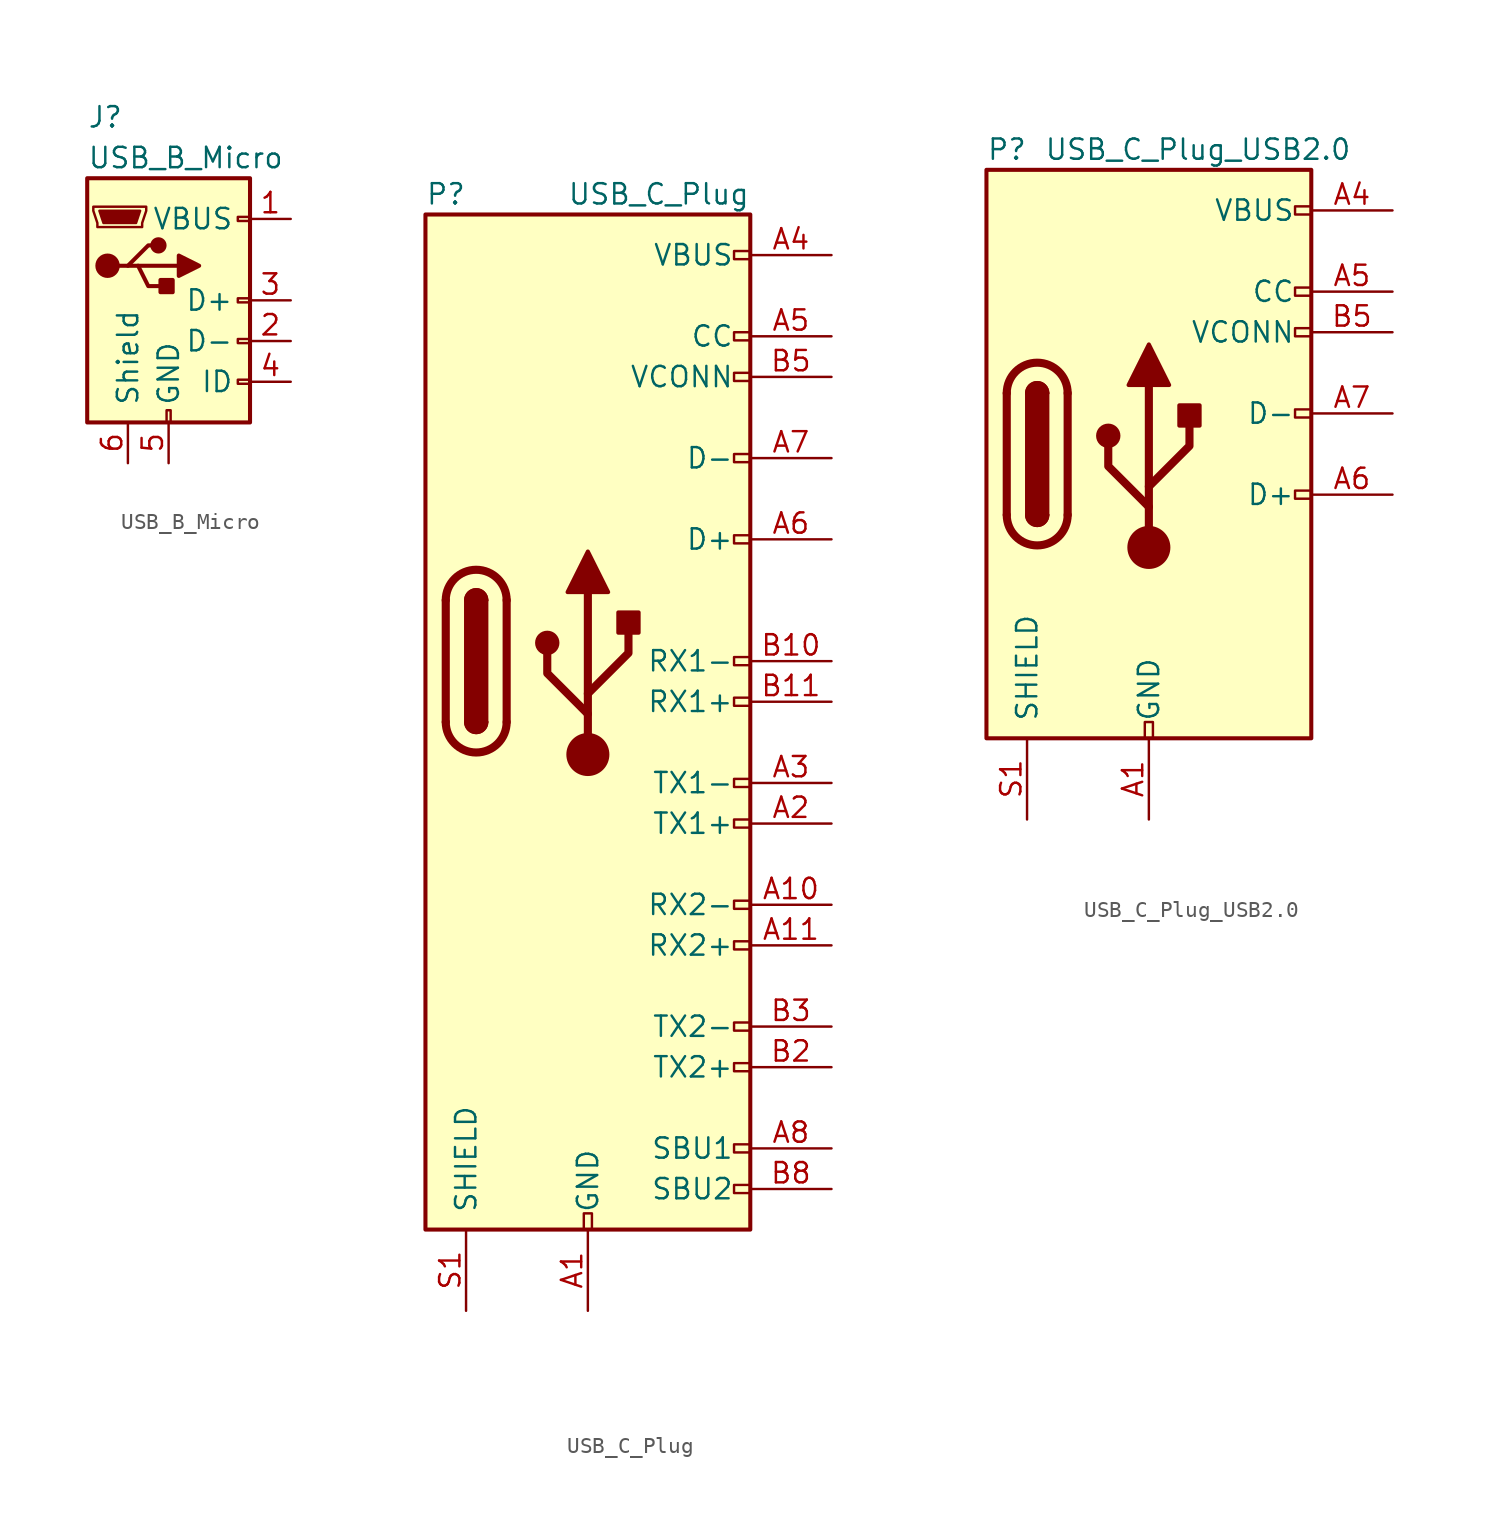
<source format=kicad_sym>
(kicad_symbol_lib
  (version 20201005)
  (generator kicad_symbol_editor)
  (symbol "USB_B_Micro"
    (pin_names
      (offset 1.016))
    (property "Reference" "J"
      (at -5.08 11.43 0)
      (effects (font (size 1.27 1.27)) (justify left)))
    (property "Value" "USB_B_Micro"
      (at -5.08 8.89 0)
      (effects (font (size 1.27 1.27)) (justify left)))
    (symbol "USB_B_Micro_0_1"
      (circle (center -3.81 2.159) (radius 0.635) (stroke (width 0.254)) (fill (type outline)))
      (circle (center -0.635 3.429) (radius 0.381) (stroke (width 0.254)) (fill (type outline)))
      (rectangle (start -5.08 -7.62) (end 5.08 7.62) (stroke (width 0.254)) (fill (type background)))
      (rectangle (start -0.127 -7.62) (end 0.127 -6.858) (stroke (width 0)) (fill (type none)))
      (rectangle (start 0.254 1.27) (end -0.508 0.508) (stroke (width 0.254)) (fill (type outline)))
      (rectangle (start 5.08 -5.207) (end 4.318 -4.953) (stroke (width 0)) (fill (type none)))
      (rectangle (start 5.08 -2.667) (end 4.318 -2.413) (stroke (width 0)) (fill (type none)))
      (rectangle (start 5.08 -0.127) (end 4.318 0.127) (stroke (width 0)) (fill (type none)))
      (rectangle (start 5.08 4.953) (end 4.318 5.207) (stroke (width 0)) (fill (type none)))
      (polyline (pts (xy -1.905 2.159) (xy 0.635 2.159)) (stroke (width 0.254)) (fill (type none)))
      (polyline (pts (xy -3.175 2.159) (xy -2.54 2.159) (xy -1.27 3.429) (xy -0.635 3.429)) (stroke (width 0.254)) (fill (type none)))
      (polyline (pts (xy -2.54 2.159) (xy -1.905 2.159) (xy -1.27 0.889) (xy 0 0.889)) (stroke (width 0.254)) (fill (type none)))
      (polyline (pts (xy 0.635 2.794) (xy 0.635 1.524) (xy 1.905 2.159) (xy 0.635 2.794)) (stroke (width 0.254)) (fill (type outline)))
      (polyline (pts (xy -4.318 5.588) (xy -1.778 5.588) (xy -2.032 4.826) (xy -4.064 4.826) (xy -4.318 5.588)) (stroke (width 0)) (fill (type outline)))
      (polyline (pts (xy -4.699 5.842) (xy -4.699 5.588) (xy -4.445 4.826) (xy -4.445 4.572) (xy -1.651 4.572) (xy -1.651 4.826) (xy -1.397 5.588) (xy -1.397 5.842) (xy -4.699 5.842)) (stroke (width 0)) (fill (type none))))
    (symbol "USB_B_Micro_1_1"
      (pin power_out line (at 7.62 5.08 180) (length 2.54) (name "VBUS" (effects (font (size 1.27 1.27)))) (number "1" (effects (font (size 1.27 1.27)))))
      (pin bidirectional line (at 7.62 -2.54 180) (length 2.54) (name "D-" (effects (font (size 1.27 1.27)))) (number "2" (effects (font (size 1.27 1.27)))))
      (pin bidirectional line (at 7.62 0 180) (length 2.54) (name "D+" (effects (font (size 1.27 1.27)))) (number "3" (effects (font (size 1.27 1.27)))))
      (pin passive line (at 7.62 -5.08 180) (length 2.54) (name "ID" (effects (font (size 1.27 1.27)))) (number "4" (effects (font (size 1.27 1.27)))))
      (pin power_out line (at 0 -10.16 90) (length 2.54) (name "GND" (effects (font (size 1.27 1.27)))) (number "5" (effects (font (size 1.27 1.27)))))
      (pin passive line (at -2.54 -10.16 90) (length 2.54) (name "Shield" (effects (font (size 1.27 1.27)))) (number "6" (effects (font (size 1.27 1.27)))))))
  (symbol "USB_C_Plug"
    (pin_names
      (offset 1.016))
    (property "Reference" "P"
      (at -10.16 29.21 0)
      (effects (font (size 1.27 1.27)) (justify left)))
    (property "Value" "USB_C_Plug"
      (at 10.16 29.21 0)
      (effects (font (size 1.27 1.27)) (justify right)))
    (symbol "USB_C_Plug_0_0"
      (rectangle (start -0.254 -35.56) (end 0.254 -34.544) (stroke (width 0)) (fill (type none)))
      (rectangle (start 10.16 -32.766) (end 9.144 -33.274) (stroke (width 0)) (fill (type none)))
      (rectangle (start 10.16 -30.226) (end 9.144 -30.734) (stroke (width 0)) (fill (type none)))
      (rectangle (start 10.16 -25.146) (end 9.144 -25.654) (stroke (width 0)) (fill (type none)))
      (rectangle (start 10.16 -22.606) (end 9.144 -23.114) (stroke (width 0)) (fill (type none)))
      (rectangle (start 10.16 -17.526) (end 9.144 -18.034) (stroke (width 0)) (fill (type none)))
      (rectangle (start 10.16 -14.986) (end 9.144 -15.494) (stroke (width 0)) (fill (type none)))
      (rectangle (start 10.16 -9.906) (end 9.144 -10.414) (stroke (width 0)) (fill (type none)))
      (rectangle (start 10.16 -7.366) (end 9.144 -7.874) (stroke (width 0)) (fill (type none)))
      (rectangle (start 10.16 -2.286) (end 9.144 -2.794) (stroke (width 0)) (fill (type none)))
      (rectangle (start 10.16 0.254) (end 9.144 -0.254) (stroke (width 0)) (fill (type none)))
      (rectangle (start 10.16 7.874) (end 9.144 7.366) (stroke (width 0)) (fill (type none)))
      (rectangle (start 10.16 12.954) (end 9.144 12.446) (stroke (width 0)) (fill (type none)))
      (rectangle (start 10.16 18.034) (end 9.144 17.526) (stroke (width 0)) (fill (type none)))
      (rectangle (start 10.16 20.574) (end 9.144 20.066) (stroke (width 0)) (fill (type none)))
      (rectangle (start 10.16 25.654) (end 9.144 25.146) (stroke (width 0)) (fill (type none))))
    (symbol "USB_C_Plug_0_1"
      (arc (start -7.62 -3.81) (end -6.35 -3.81) (radius (at -6.985 -3.81) (length 0.635) (angles -179.9 -0.1)) (stroke (width 0.254)) (fill (type outline)))
      (arc (start -8.89 -3.81) (end -5.08 -3.81) (radius (at -6.985 -3.81) (length 1.905) (angles -179.9 -0.1)) (stroke (width 0.508)) (fill (type none)))
      (arc (start -7.62 -3.81) (end -6.35 -3.81) (radius (at -6.985 -3.81) (length 0.635) (angles -179.9 -0.1)) (stroke (width 0.254)) (fill (type none)))
      (arc (start -5.08 3.81) (end -8.89 3.81) (radius (at -6.985 3.81) (length 1.905) (angles 0.1 179.9)) (stroke (width 0.508)) (fill (type none)))
      (arc (start -6.35 3.81) (end -7.62 3.81) (radius (at -6.985 3.81) (length 0.635) (angles 0.1 179.9)) (stroke (width 0.254)) (fill (type outline)))
      (arc (start -6.35 3.81) (end -7.62 3.81) (radius (at -6.985 3.81) (length 0.635) (angles 0.1 179.9)) (stroke (width 0.254)) (fill (type none)))
      (rectangle (start -10.16 27.94) (end 10.16 -35.56) (stroke (width 0.254)) (fill (type background)))
      (rectangle (start -7.62 -3.81) (end -6.35 3.81) (stroke (width 0.254)) (fill (type outline)))
      (polyline (pts (xy -8.89 -3.81) (xy -8.89 3.81)) (stroke (width 0.508)) (fill (type none)))
      (polyline (pts (xy -5.08 3.81) (xy -5.08 -3.81)) (stroke (width 0.508)) (fill (type none))))
    (symbol "USB_C_Plug_1_1"
      (circle (center -2.54 1.143) (radius 0.635) (stroke (width 0.254)) (fill (type outline)))
      (circle (center 0 -5.842) (radius 1.27) (stroke (width 0)) (fill (type outline)))
      (rectangle (start 1.905 1.778) (end 3.175 3.048) (stroke (width 0.254)) (fill (type outline)))
      (polyline (pts (xy 0 -5.842) (xy 0 4.318)) (stroke (width 0.508)) (fill (type none)))
      (polyline (pts (xy 0 -3.302) (xy -2.54 -0.762) (xy -2.54 0.508)) (stroke (width 0.508)) (fill (type none)))
      (polyline (pts (xy 0 -2.032) (xy 2.54 0.508) (xy 2.54 1.778)) (stroke (width 0.508)) (fill (type none)))
      (polyline (pts (xy -1.27 4.318) (xy 0 6.858) (xy 1.27 4.318) (xy -1.27 4.318)) (stroke (width 0.254)) (fill (type outline)))
      (pin passive line (at 0 -40.64 90) (length 5.08) (name "GND" (effects (font (size 1.27 1.27)))) (number "A1" (effects (font (size 1.27 1.27)))))
      (pin bidirectional line (at 15.24 -15.24 180) (length 5.08) (name "RX2-" (effects (font (size 1.27 1.27)))) (number "A10" (effects (font (size 1.27 1.27)))))
      (pin bidirectional line (at 15.24 -17.78 180) (length 5.08) (name "RX2+" (effects (font (size 1.27 1.27)))) (number "A11" (effects (font (size 1.27 1.27)))))
      (pin passive line (at 0 -40.64 90) (length 5.08) hide (name "GND" (effects (font (size 1.27 1.27)))) (number "A12" (effects (font (size 1.27 1.27)))))
      (pin bidirectional line (at 15.24 -10.16 180) (length 5.08) (name "TX1+" (effects (font (size 1.27 1.27)))) (number "A2" (effects (font (size 1.27 1.27)))))
      (pin bidirectional line (at 15.24 -7.62 180) (length 5.08) (name "TX1-" (effects (font (size 1.27 1.27)))) (number "A3" (effects (font (size 1.27 1.27)))))
      (pin passive line (at 15.24 25.4 180) (length 5.08) (name "VBUS" (effects (font (size 1.27 1.27)))) (number "A4" (effects (font (size 1.27 1.27)))))
      (pin bidirectional line (at 15.24 20.32 180) (length 5.08) (name "CC" (effects (font (size 1.27 1.27)))) (number "A5" (effects (font (size 1.27 1.27)))))
      (pin bidirectional line (at 15.24 7.62 180) (length 5.08) (name "D+" (effects (font (size 1.27 1.27)))) (number "A6" (effects (font (size 1.27 1.27)))))
      (pin bidirectional line (at 15.24 12.7 180) (length 5.08) (name "D-" (effects (font (size 1.27 1.27)))) (number "A7" (effects (font (size 1.27 1.27)))))
      (pin bidirectional line (at 15.24 -30.48 180) (length 5.08) (name "SBU1" (effects (font (size 1.27 1.27)))) (number "A8" (effects (font (size 1.27 1.27)))))
      (pin passive line (at 15.24 25.4 180) (length 5.08) hide (name "VBUS" (effects (font (size 1.27 1.27)))) (number "A9" (effects (font (size 1.27 1.27)))))
      (pin passive line (at 0 -40.64 90) (length 5.08) hide (name "GND" (effects (font (size 1.27 1.27)))) (number "B1" (effects (font (size 1.27 1.27)))))
      (pin bidirectional line (at 15.24 0 180) (length 5.08) (name "RX1-" (effects (font (size 1.27 1.27)))) (number "B10" (effects (font (size 1.27 1.27)))))
      (pin bidirectional line (at 15.24 -2.54 180) (length 5.08) (name "RX1+" (effects (font (size 1.27 1.27)))) (number "B11" (effects (font (size 1.27 1.27)))))
      (pin passive line (at 0 -40.64 90) (length 5.08) hide (name "GND" (effects (font (size 1.27 1.27)))) (number "B12" (effects (font (size 1.27 1.27)))))
      (pin bidirectional line (at 15.24 -25.4 180) (length 5.08) (name "TX2+" (effects (font (size 1.27 1.27)))) (number "B2" (effects (font (size 1.27 1.27)))))
      (pin bidirectional line (at 15.24 -22.86 180) (length 5.08) (name "TX2-" (effects (font (size 1.27 1.27)))) (number "B3" (effects (font (size 1.27 1.27)))))
      (pin passive line (at 15.24 25.4 180) (length 5.08) hide (name "VBUS" (effects (font (size 1.27 1.27)))) (number "B4" (effects (font (size 1.27 1.27)))))
      (pin bidirectional line (at 15.24 17.78 180) (length 5.08) (name "VCONN" (effects (font (size 1.27 1.27)))) (number "B5" (effects (font (size 1.27 1.27)))))
      (pin bidirectional line (at 15.24 -33.02 180) (length 5.08) (name "SBU2" (effects (font (size 1.27 1.27)))) (number "B8" (effects (font (size 1.27 1.27)))))
      (pin passive line (at 15.24 25.4 180) (length 5.08) hide (name "VBUS" (effects (font (size 1.27 1.27)))) (number "B9" (effects (font (size 1.27 1.27)))))
      (pin passive line (at -7.62 -40.64 90) (length 5.08) (name "SHIELD" (effects (font (size 1.27 1.27)))) (number "S1" (effects (font (size 1.27 1.27)))))))
  (symbol "USB_C_Plug_USB2.0"
    (pin_names
      (offset 1.016))
    (property "Reference" "P"
      (at -10.16 19.05 0)
      (effects (font (size 1.27 1.27)) (justify left)))
    (property "Value" "USB_C_Plug_USB2.0"
      (at 12.7 19.05 0)
      (effects (font (size 1.27 1.27)) (justify right)))
    (symbol "USB_C_Plug_USB2.0_0_0"
      (rectangle (start -0.254 -17.78) (end 0.254 -16.764) (stroke (width 0)) (fill (type none)))
      (rectangle (start 10.16 -2.286) (end 9.144 -2.794) (stroke (width 0)) (fill (type none)))
      (rectangle (start 10.16 2.794) (end 9.144 2.286) (stroke (width 0)) (fill (type none)))
      (rectangle (start 10.16 7.874) (end 9.144 7.366) (stroke (width 0)) (fill (type none)))
      (rectangle (start 10.16 10.414) (end 9.144 9.906) (stroke (width 0)) (fill (type none)))
      (rectangle (start 10.16 15.494) (end 9.144 14.986) (stroke (width 0)) (fill (type none))))
    (symbol "USB_C_Plug_USB2.0_0_1"
      (arc (start -8.89 -3.81) (end -5.08 -3.81) (radius (at -6.985 -3.81) (length 1.905) (angles -179.9 -0.1)) (stroke (width 0.508)) (fill (type none)))
      (arc (start -7.62 -3.81) (end -6.35 -3.81) (radius (at -6.985 -3.81) (length 0.635) (angles -179.9 -0.1)) (stroke (width 0.254)) (fill (type none)))
      (arc (start -7.62 -3.81) (end -6.35 -3.81) (radius (at -6.985 -3.81) (length 0.635) (angles -179.9 -0.1)) (stroke (width 0.254)) (fill (type outline)))
      (arc (start -6.35 3.81) (end -7.62 3.81) (radius (at -6.985 3.81) (length 0.635) (angles 0.1 179.9)) (stroke (width 0.254)) (fill (type outline)))
      (arc (start -6.35 3.81) (end -7.62 3.81) (radius (at -6.985 3.81) (length 0.635) (angles 0.1 179.9)) (stroke (width 0.254)) (fill (type none)))
      (arc (start -5.08 3.81) (end -8.89 3.81) (radius (at -6.985 3.81) (length 1.905) (angles 0.1 179.9)) (stroke (width 0.508)) (fill (type none)))
      (circle (center -2.54 1.143) (radius 0.635) (stroke (width 0.254)) (fill (type outline)))
      (circle (center 0 -5.842) (radius 1.27) (stroke (width 0)) (fill (type outline)))
      (rectangle (start -10.16 17.78) (end 10.16 -17.78) (stroke (width 0.254)) (fill (type background)))
      (rectangle (start -7.62 -3.81) (end -6.35 3.81) (stroke (width 0.254)) (fill (type outline)))
      (rectangle (start 1.905 1.778) (end 3.175 3.048) (stroke (width 0.254)) (fill (type outline)))
      (polyline (pts (xy -8.89 -3.81) (xy -8.89 3.81)) (stroke (width 0.508)) (fill (type none)))
      (polyline (pts (xy -5.08 3.81) (xy -5.08 -3.81)) (stroke (width 0.508)) (fill (type none)))
      (polyline (pts (xy 0 -5.842) (xy 0 4.318)) (stroke (width 0.508)) (fill (type none)))
      (polyline (pts (xy 0 -3.302) (xy -2.54 -0.762) (xy -2.54 0.508)) (stroke (width 0.508)) (fill (type none)))
      (polyline (pts (xy 0 -2.032) (xy 2.54 0.508) (xy 2.54 1.778)) (stroke (width 0.508)) (fill (type none)))
      (polyline (pts (xy -1.27 4.318) (xy 0 6.858) (xy 1.27 4.318) (xy -1.27 4.318)) (stroke (width 0.254)) (fill (type outline))))
    (symbol "USB_C_Plug_USB2.0_1_1"
      (pin passive line (at 0 -22.86 90) (length 5.08) (name "GND" (effects (font (size 1.27 1.27)))) (number "A1" (effects (font (size 1.27 1.27)))))
      (pin passive line (at 0 -22.86 90) (length 5.08) hide (name "GND" (effects (font (size 1.27 1.27)))) (number "A12" (effects (font (size 1.27 1.27)))))
      (pin passive line (at 15.24 15.24 180) (length 5.08) (name "VBUS" (effects (font (size 1.27 1.27)))) (number "A4" (effects (font (size 1.27 1.27)))))
      (pin bidirectional line (at 15.24 10.16 180) (length 5.08) (name "CC" (effects (font (size 1.27 1.27)))) (number "A5" (effects (font (size 1.27 1.27)))))
      (pin bidirectional line (at 15.24 -2.54 180) (length 5.08) (name "D+" (effects (font (size 1.27 1.27)))) (number "A6" (effects (font (size 1.27 1.27)))))
      (pin bidirectional line (at 15.24 2.54 180) (length 5.08) (name "D-" (effects (font (size 1.27 1.27)))) (number "A7" (effects (font (size 1.27 1.27)))))
      (pin passive line (at 15.24 15.24 180) (length 5.08) hide (name "VBUS" (effects (font (size 1.27 1.27)))) (number "A9" (effects (font (size 1.27 1.27)))))
      (pin passive line (at 0 -22.86 90) (length 5.08) hide (name "GND" (effects (font (size 1.27 1.27)))) (number "B1" (effects (font (size 1.27 1.27)))))
      (pin passive line (at 0 -22.86 90) (length 5.08) hide (name "GND" (effects (font (size 1.27 1.27)))) (number "B12" (effects (font (size 1.27 1.27)))))
      (pin passive line (at 15.24 15.24 180) (length 5.08) hide (name "VBUS" (effects (font (size 1.27 1.27)))) (number "B4" (effects (font (size 1.27 1.27)))))
      (pin bidirectional line (at 15.24 7.62 180) (length 5.08) (name "VCONN" (effects (font (size 1.27 1.27)))) (number "B5" (effects (font (size 1.27 1.27)))))
      (pin passive line (at 15.24 15.24 180) (length 5.08) hide (name "VBUS" (effects (font (size 1.27 1.27)))) (number "B9" (effects (font (size 1.27 1.27)))))
      (pin passive line (at -7.62 -22.86 90) (length 5.08) (name "SHIELD" (effects (font (size 1.27 1.27)))) (number "S1" (effects (font (size 1.27 1.27))))))))
</source>
